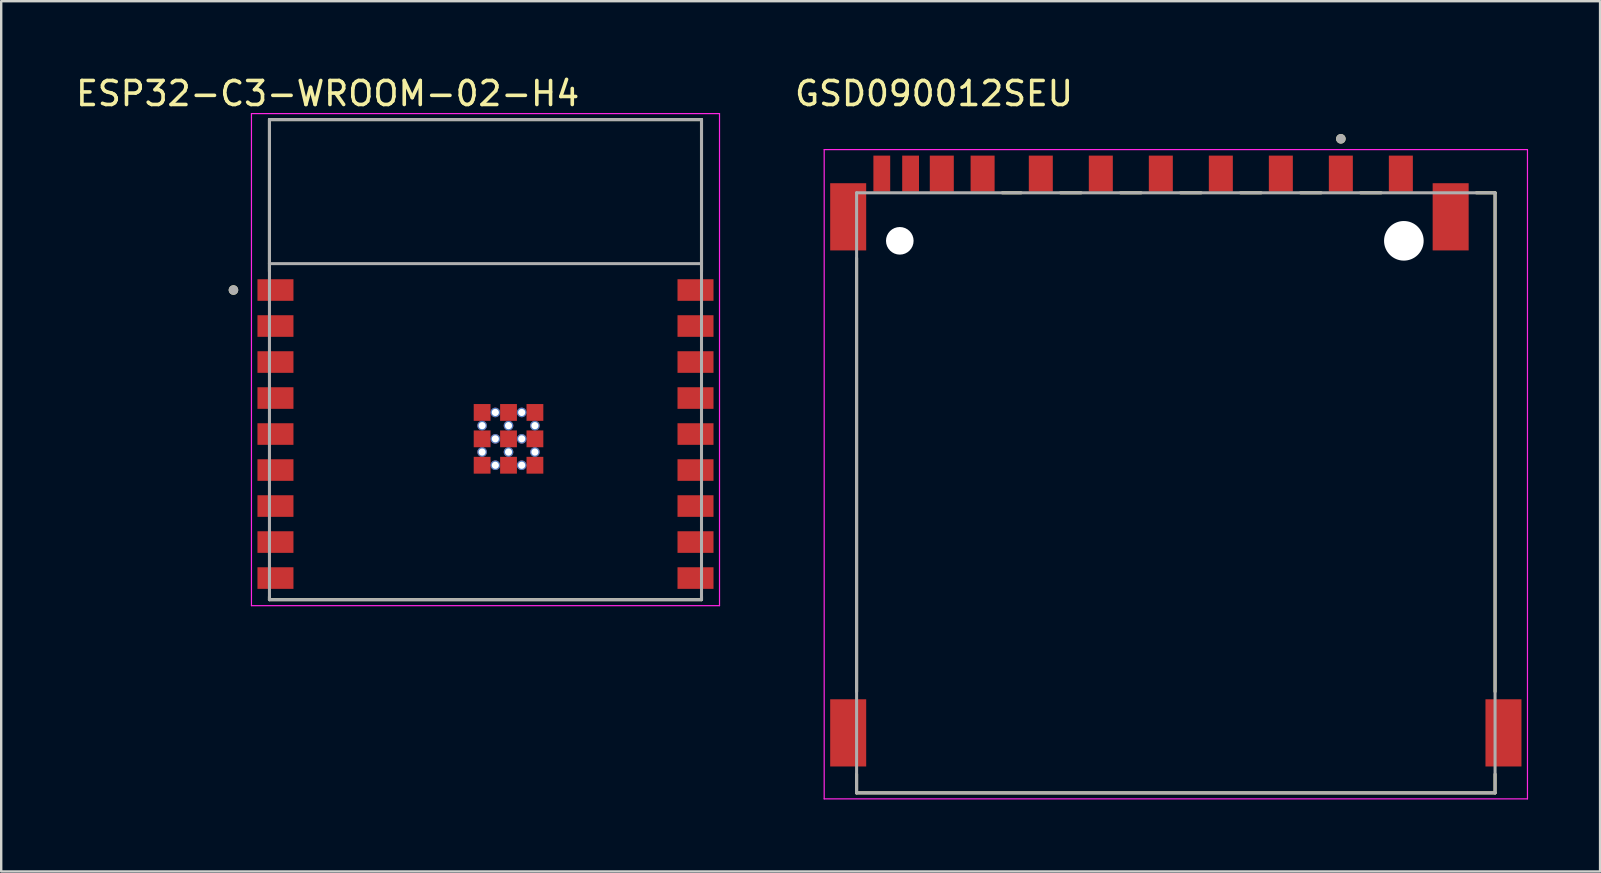
<source format=kicad_pcb>
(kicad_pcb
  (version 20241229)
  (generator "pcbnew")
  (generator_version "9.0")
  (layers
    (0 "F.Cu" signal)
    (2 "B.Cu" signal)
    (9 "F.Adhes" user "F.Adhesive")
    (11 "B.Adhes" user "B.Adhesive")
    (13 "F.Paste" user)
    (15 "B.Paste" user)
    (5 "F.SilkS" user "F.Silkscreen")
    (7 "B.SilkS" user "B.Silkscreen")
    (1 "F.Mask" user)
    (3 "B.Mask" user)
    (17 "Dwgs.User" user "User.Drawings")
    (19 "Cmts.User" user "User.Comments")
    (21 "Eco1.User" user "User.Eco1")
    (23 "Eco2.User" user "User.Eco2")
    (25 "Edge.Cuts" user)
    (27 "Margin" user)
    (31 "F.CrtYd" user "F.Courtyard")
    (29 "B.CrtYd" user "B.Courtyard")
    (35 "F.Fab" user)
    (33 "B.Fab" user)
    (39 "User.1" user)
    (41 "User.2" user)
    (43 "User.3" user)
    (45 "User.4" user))
  (footprint "GSD090012SEU"
    (layer "F.Cu")
    (at 45.937 17.483)
    (property "Reference" "GSD090012SEU" (at -10.075 -16.635 0) (layer "F.SilkS") (effects (font (size 1 1) (thickness 0.15))))
    (attr smd)
    (fp_line (start -13.3 -9.78) (end -13.3 8.28) (stroke (width 0.127) (type solid)) (layer "F.SilkS"))
    (fp_line (start -13.3 12.5) (end -13.3 11.72) (stroke (width 0.127) (type solid)) (layer "F.SilkS"))
    (fp_line (start -7.23 -12.5) (end -6.445 -12.5) (stroke (width 0.127) (type solid)) (layer "F.SilkS"))
    (fp_line (start -4.805 -12.5) (end -3.945 -12.5) (stroke (width 0.127) (type solid)) (layer "F.SilkS"))
    (fp_line (start -2.305 -12.5) (end -1.445 -12.5) (stroke (width 0.127) (type solid)) (layer "F.SilkS"))
    (fp_line (start 0.195 -12.5) (end 1.055 -12.5) (stroke (width 0.127) (type solid)) (layer "F.SilkS"))
    (fp_line (start 2.695 -12.5) (end 3.555 -12.5) (stroke (width 0.127) (type solid)) (layer "F.SilkS"))
    (fp_line (start 5.195 -12.5) (end 6.055 -12.5) (stroke (width 0.127) (type solid)) (layer "F.SilkS"))
    (fp_line (start 7.695 -12.5) (end 8.555 -12.5) (stroke (width 0.127) (type solid)) (layer "F.SilkS"))
    (fp_line (start 12.52 -12.5) (end 13.3 -12.5) (stroke (width 0.127) (type solid)) (layer "F.SilkS"))
    (fp_line (start 13.3 -12.5) (end 13.3 8.28) (stroke (width 0.127) (type solid)) (layer "F.SilkS"))
    (fp_line (start 13.3 12.5) (end -13.3 12.5) (stroke (width 0.127) (type solid)) (layer "F.SilkS"))
    (fp_line (start 13.3 12.5) (end 13.3 11.72) (stroke (width 0.127) (type solid)) (layer "F.SilkS"))
    (fp_circle (center 6.875 -14.75) (end 6.975 -14.75) (stroke (width 0.2) (type solid)) (fill no) (layer "F.SilkS"))
    (fp_line (start -14.65 -14.3) (end -14.65 12.75) (stroke (width 0.05) (type solid)) (layer "F.CrtYd"))
    (fp_line (start -14.65 12.75) (end 14.65 12.75) (stroke (width 0.05) (type solid)) (layer "F.CrtYd"))
    (fp_line (start 14.65 -14.3) (end -14.65 -14.3) (stroke (width 0.05) (type solid)) (layer "F.CrtYd"))
    (fp_line (start 14.65 12.75) (end 14.65 -14.3) (stroke (width 0.05) (type solid)) (layer "F.CrtYd"))
    (fp_line (start -13.3 -12.5) (end 13.3 -12.5) (stroke (width 0.127) (type solid)) (layer "F.Fab"))
    (fp_line (start -13.3 12.5) (end -13.3 -12.5) (stroke (width 0.127) (type solid)) (layer "F.Fab"))
    (fp_line (start 13.3 -12.5) (end 13.3 12.5) (stroke (width 0.127) (type solid)) (layer "F.Fab"))
    (fp_line (start 13.3 12.5) (end -13.3 12.5) (stroke (width 0.127) (type solid)) (layer "F.Fab"))
    (fp_circle (center 6.875 -14.75) (end 6.975 -14.75) (stroke (width 0.2) (type solid)) (fill no) (layer "F.Fab"))
    (pad "" np_thru_hole circle (at -11.5 -10.5) (size 1.15 1.15) (drill 1.15) (layers "*.Cu" "*.Mask"))
    (pad "" np_thru_hole circle (at 9.5 -10.5) (size 1.65 1.65) (drill 1.65) (layers "*.Cu" "*.Mask"))
    (pad "1" smd rect (at 6.875 -13.3) (size 1 1.5) (layers "F.Cu" "F.Mask" "F.Paste"))
    (pad "2" smd rect (at 4.375 -13.3) (size 1 1.5) (layers "F.Cu" "F.Mask" "F.Paste"))
    (pad "3" smd rect (at 1.875 -13.3) (size 1 1.5) (layers "F.Cu" "F.Mask" "F.Paste"))
    (pad "4" smd rect (at -0.625 -13.3) (size 1 1.5) (layers "F.Cu" "F.Mask" "F.Paste"))
    (pad "5" smd rect (at -3.125 -13.3) (size 1 1.5) (layers "F.Cu" "F.Mask" "F.Paste"))
    (pad "6" smd rect (at -5.625 -13.3) (size 1 1.5) (layers "F.Cu" "F.Mask" "F.Paste"))
    (pad "7" smd rect (at -8.05 -13.3) (size 1 1.5) (layers "F.Cu" "F.Mask" "F.Paste"))
    (pad "8" smd rect (at -9.75 -13.3) (size 1 1.5) (layers "F.Cu" "F.Mask" "F.Paste"))
    (pad "9" smd rect (at 9.375 -13.3) (size 1 1.5) (layers "F.Cu" "F.Mask" "F.Paste"))
    (pad "CD_IND" smd rect (at -11.05 -13.3) (size 0.7 1.5) (layers "F.Cu" "F.Mask" "F.Paste"))
    (pad "G1" smd rect (at -13.65 -11.5) (size 1.5 2.8) (layers "F.Cu" "F.Mask" "F.Paste"))
    (pad "G2" smd rect (at 11.45 -11.5) (size 1.5 2.8) (layers "F.Cu" "F.Mask" "F.Paste"))
    (pad "G3" smd rect (at 13.65 10) (size 1.5 2.8) (layers "F.Cu" "F.Mask" "F.Paste"))
    (pad "G4" smd rect (at -13.65 10) (size 1.5 2.8) (layers "F.Cu" "F.Mask" "F.Paste"))
    (pad "WP" smd rect (at -12.25 -13.3) (size 0.7 1.5) (layers "F.Cu" "F.Mask" "F.Paste"))
    (zone (net_name "") (layer "F.Cu") (hatch full 0.508) (connect_pads) (min_thickness 0.01) (filled_areas_thickness no) (keepout (tracks not_allowed) (vias not_allowed) (pads not_allowed) (copperpour not_allowed) (footprints allowed)) (placement (enabled no)) (fill) (polygon (pts (xy 35.437 12.133) (xy 56.437 12.133) (xy 56.437 17.433) (xy 35.437 17.433))))
    (zone (net_name "") (layers "F.Cu" "B.Cu") (hatch full 0.508) (connect_pads) (min_thickness 0.01) (filled_areas_thickness no) (keepout (tracks allowed) (vias not_allowed) (pads allowed) (copperpour allowed) (footprints allowed)) (placement (enabled no)) (fill) (polygon (pts (xy 35.437 12.133) (xy 56.437 12.133) (xy 56.437 17.433) (xy 35.437 17.433)))))
  (footprint "ESP32-C3-WROOM-02-H4"
    (layer "F.Cu")
    (at 17.176 11.933)
    (property "Reference" "ESP32-C3-WROOM-02-H4" (at -6.575 -11.085 0) (layer "F.SilkS") (effects (font (size 1 1) (thickness 0.15))))
    (attr smd)
    (fp_line (start -9 -10) (end -9 -3.67) (stroke (width 0.127) (type solid)) (layer "F.SilkS"))
    (fp_line (start -9 10) (end -9 9.87) (stroke (width 0.127) (type solid)) (layer "F.SilkS"))
    (fp_line (start -9 10) (end 9 10) (stroke (width 0.127) (type solid)) (layer "F.SilkS"))
    (fp_line (start 9 -10) (end -9 -10) (stroke (width 0.127) (type solid)) (layer "F.SilkS"))
    (fp_line (start 9 -3.67) (end 9 -10) (stroke (width 0.127) (type solid)) (layer "F.SilkS"))
    (fp_line (start 9 10) (end 9 9.87) (stroke (width 0.127) (type solid)) (layer "F.SilkS"))
    (fp_circle (center -10.5 -2.9) (end -10.4 -2.9) (stroke (width 0.2) (type solid)) (fill no) (layer "F.SilkS"))
    (fp_line (start -9.75 -10.25) (end -9.75 10.25) (stroke (width 0.05) (type solid)) (layer "F.CrtYd"))
    (fp_line (start -9.75 10.25) (end 9.75 10.25) (stroke (width 0.05) (type solid)) (layer "F.CrtYd"))
    (fp_line (start 9.75 -10.25) (end -9.75 -10.25) (stroke (width 0.05) (type solid)) (layer "F.CrtYd"))
    (fp_line (start 9.75 10.25) (end 9.75 -10.25) (stroke (width 0.05) (type solid)) (layer "F.CrtYd"))
    (fp_line (start -9 -10) (end -9 -4) (stroke (width 0.127) (type solid)) (layer "F.Fab"))
    (fp_line (start -9 -4) (end -9 10) (stroke (width 0.127) (type solid)) (layer "F.Fab"))
    (fp_line (start -9 10) (end 9 10) (stroke (width 0.127) (type solid)) (layer "F.Fab"))
    (fp_line (start 9 -10) (end -9 -10) (stroke (width 0.127) (type solid)) (layer "F.Fab"))
    (fp_line (start 9 -4) (end -9 -4) (stroke (width 0.127) (type solid)) (layer "F.Fab"))
    (fp_line (start 9 -4) (end 9 -10) (stroke (width 0.127) (type solid)) (layer "F.Fab"))
    (fp_line (start 9 10) (end 9 -4) (stroke (width 0.127) (type solid)) (layer "F.Fab"))
    (fp_circle (center -10.5 -2.9) (end -10.4 -2.9) (stroke (width 0.2) (type solid)) (fill no) (layer "F.Fab"))
    (pad "1" smd rect (at -8.75 -2.9) (size 1.5 0.9) (layers "F.Cu" "F.Mask" "F.Paste"))
    (pad "2" smd rect (at -8.75 -1.4) (size 1.5 0.9) (layers "F.Cu" "F.Mask" "F.Paste"))
    (pad "3" smd rect (at -8.75 0.1) (size 1.5 0.9) (layers "F.Cu" "F.Mask" "F.Paste"))
    (pad "4" smd rect (at -8.75 1.6) (size 1.5 0.9) (layers "F.Cu" "F.Mask" "F.Paste"))
    (pad "5" smd rect (at -8.75 3.1) (size 1.5 0.9) (layers "F.Cu" "F.Mask" "F.Paste"))
    (pad "6" smd rect (at -8.75 4.6) (size 1.5 0.9) (layers "F.Cu" "F.Mask" "F.Paste"))
    (pad "7" smd rect (at -8.75 6.1) (size 1.5 0.9) (layers "F.Cu" "F.Mask" "F.Paste"))
    (pad "8" smd rect (at -8.75 7.6) (size 1.5 0.9) (layers "F.Cu" "F.Mask" "F.Paste"))
    (pad "9" smd rect (at -8.75 9.1) (size 1.5 0.9) (layers "F.Cu" "F.Mask" "F.Paste"))
    (pad "10" smd rect (at 8.75 9.1) (size 1.5 0.9) (layers "F.Cu" "F.Mask" "F.Paste"))
    (pad "11" smd rect (at 8.75 7.6) (size 1.5 0.9) (layers "F.Cu" "F.Mask" "F.Paste"))
    (pad "12" smd rect (at 8.75 6.1) (size 1.5 0.9) (layers "F.Cu" "F.Mask" "F.Paste"))
    (pad "13" smd rect (at 8.75 4.6) (size 1.5 0.9) (layers "F.Cu" "F.Mask" "F.Paste"))
    (pad "14" smd rect (at 8.75 3.1) (size 1.5 0.9) (layers "F.Cu" "F.Mask" "F.Paste"))
    (pad "15" smd rect (at 8.75 1.6) (size 1.5 0.9) (layers "F.Cu" "F.Mask" "F.Paste"))
    (pad "16" smd rect (at 8.75 0.1) (size 1.5 0.9) (layers "F.Cu" "F.Mask" "F.Paste"))
    (pad "17" smd rect (at 8.75 -1.4) (size 1.5 0.9) (layers "F.Cu" "F.Mask" "F.Paste"))
    (pad "18" smd rect (at 8.75 -2.9) (size 1.5 0.9) (layers "F.Cu" "F.Mask" "F.Paste"))
    (pad "19" smd rect (at -0.14 2.2) (size 0.7 0.7) (layers "F.Cu" "F.Mask" "F.Paste"))
    (pad "20" smd rect (at 0.96 2.2) (size 0.7 0.7) (layers "F.Cu" "F.Mask" "F.Paste"))
    (pad "21" smd rect (at 2.06 2.2) (size 0.7 0.7) (layers "F.Cu" "F.Mask" "F.Paste"))
    (pad "22" smd rect (at -0.14 3.3) (size 0.7 0.7) (layers "F.Cu" "F.Mask" "F.Paste"))
    (pad "23" smd rect (at 0.96 3.3) (size 0.7 0.7) (layers "F.Cu" "F.Mask" "F.Paste"))
    (pad "24" smd rect (at 2.06 3.3) (size 0.7 0.7) (layers "F.Cu" "F.Mask" "F.Paste"))
    (pad "25" smd rect (at -0.14 4.4) (size 0.7 0.7) (layers "F.Cu" "F.Mask" "F.Paste"))
    (pad "26" smd rect (at 0.96 4.4) (size 0.7 0.7) (layers "F.Cu" "F.Mask" "F.Paste"))
    (pad "27" smd rect (at 2.06 4.4) (size 0.7 0.7) (layers "F.Cu" "F.Mask" "F.Paste"))
    (pad "28" thru_hole circle (at 0.41 2.2) (size 0.4 0.4) (drill 0.3) (layers "*.Cu"))
    (pad "29" thru_hole circle (at 1.51 2.2) (size 0.4 0.4) (drill 0.3) (layers "*.Cu"))
    (pad "30" thru_hole circle (at -0.14 2.75) (size 0.4 0.4) (drill 0.3) (layers "*.Cu"))
    (pad "31" thru_hole circle (at 0.96 2.75) (size 0.4 0.4) (drill 0.3) (layers "*.Cu"))
    (pad "32" thru_hole circle (at 2.06 2.75) (size 0.4 0.4) (drill 0.3) (layers "*.Cu"))
    (pad "33" thru_hole circle (at 0.41 3.3) (size 0.4 0.4) (drill 0.3) (layers "*.Cu"))
    (pad "34" thru_hole circle (at 1.51 3.3) (size 0.4 0.4) (drill 0.3) (layers "*.Cu"))
    (pad "35" thru_hole circle (at -0.14 3.85) (size 0.4 0.4) (drill 0.3) (layers "*.Cu"))
    (pad "36" thru_hole circle (at 0.96 3.85) (size 0.4 0.4) (drill 0.3) (layers "*.Cu"))
    (pad "37" thru_hole circle (at 2.06 3.85) (size 0.4 0.4) (drill 0.3) (layers "*.Cu"))
    (pad "38" thru_hole circle (at 0.41 4.4) (size 0.4 0.4) (drill 0.3) (layers "*.Cu"))
    (pad "39" thru_hole circle (at 1.51 4.4) (size 0.4 0.4) (drill 0.3) (layers "*.Cu"))
    (zone (net_name "") (layer "F.Cu") (hatch full 0.508) (connect_pads) (min_thickness 0.01) (filled_areas_thickness no) (keepout (tracks not_allowed) (vias not_allowed) (pads not_allowed) (copperpour not_allowed) (footprints allowed)) (placement (enabled no)) (fill) (polygon (pts (xy 8.176 1.933) (xy 26.176 1.933) (xy 26.176 7.933) (xy 8.176 7.933))))
    (zone (net_name "") (layers "F.Cu" "B.Cu") (hatch full 0.508) (connect_pads) (min_thickness 0.01) (filled_areas_thickness no) (keepout (tracks allowed) (vias not_allowed) (pads allowed) (copperpour allowed) (footprints allowed)) (placement (enabled no)) (fill) (polygon (pts (xy 8.176 1.933) (xy 26.176 1.933) (xy 26.176 7.933) (xy 8.176 7.933))))
    (zone (net_name "") (layer "B.Cu") (hatch full 0.508) (connect_pads) (min_thickness 0.01) (filled_areas_thickness no) (keepout (tracks not_allowed) (vias not_allowed) (pads not_allowed) (copperpour not_allowed) (footprints allowed)) (placement (enabled no)) (fill) (polygon (pts (xy 8.176 1.933) (xy 26.176 1.933) (xy 26.176 7.933) (xy 8.176 7.933)))))
  (gr_rect
    (start -3 -3)
    (end 63.612 33.258)
    (stroke (width 0.1) (type default))
    (fill no)
    (layer "Edge.Cuts")))
</source>
